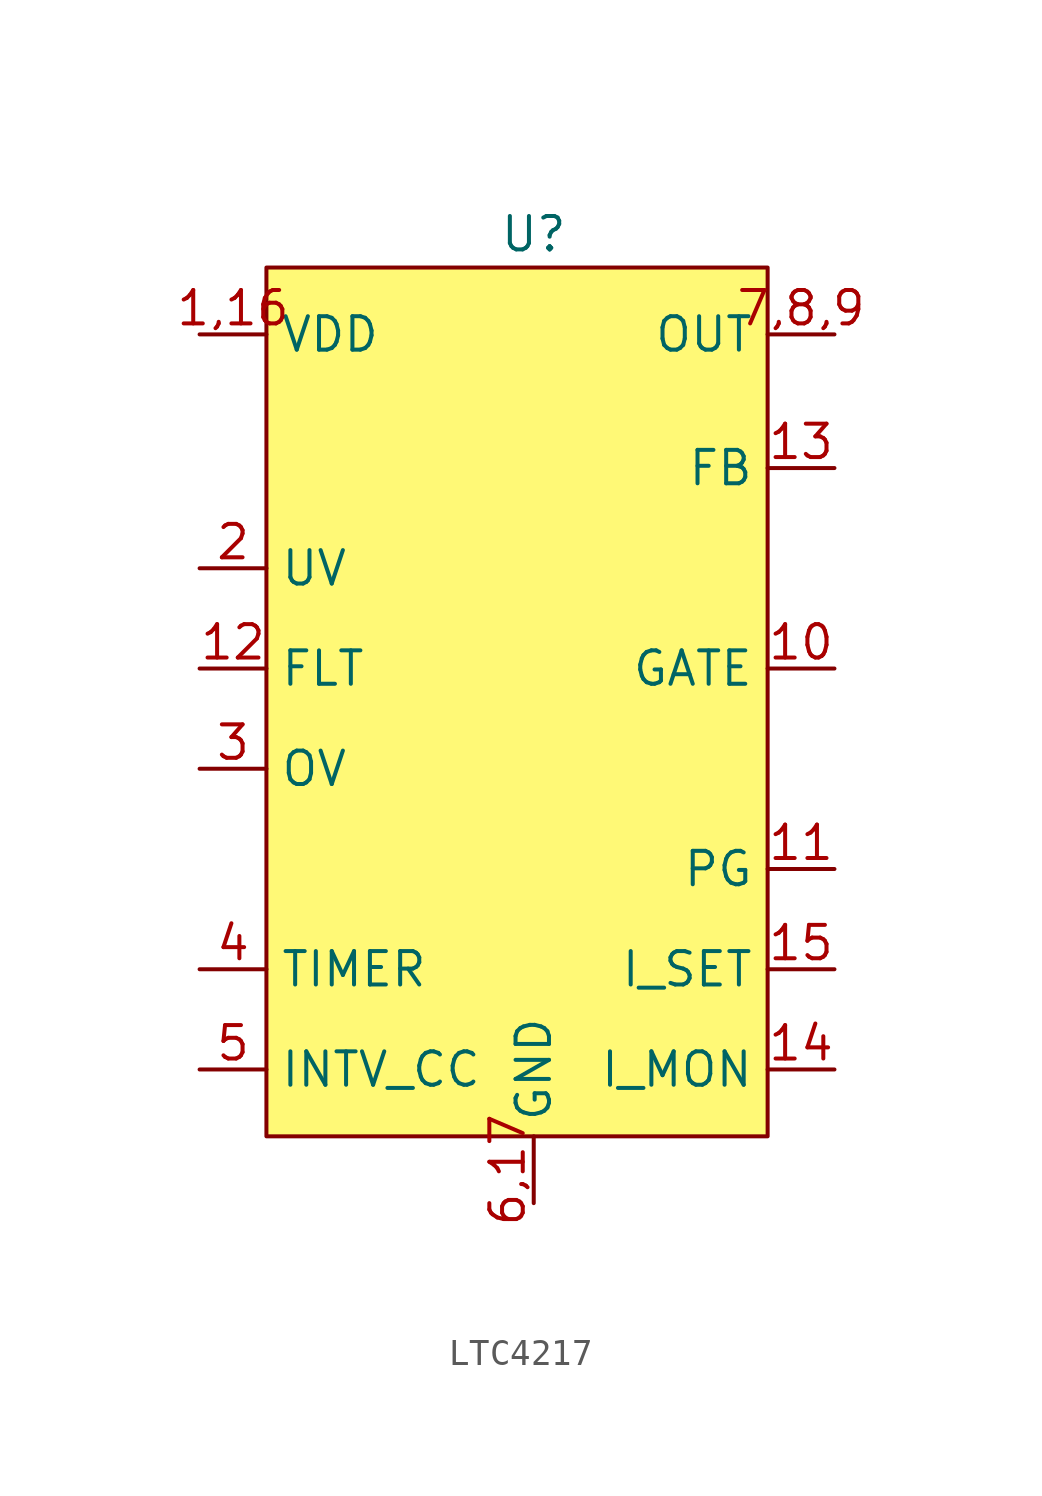
<source format=kicad_sym>
(kicad_symbol_lib
  (version 20241209)
  (generator "kicad_symbol_editor")
  (generator_version "9.0")
  (symbol "LTC4217"
    (property "Reference" "U"
      (at 0 0 0)
      (effects (font (size 1.27 1.27))))
    (property "Value" ""
      (at 0 0 0)
      (effects (font (size 1.27 1.27))))
    (symbol "LTC4217_1_1"
      (rectangle (start -10.16 -1.27) (end 8.89 -34.29) (stroke (width 0) (type solid)) (fill (type color) (color 255 249 118 1)))
      (pin power_in line (at -12.7 -3.81 0) (length 2.54) (name "VDD" (effects (font (size 1.27 1.27)))) (number "1,16" (effects (font (size 1.27 1.27)))))
      (pin input line (at -12.7 -12.7 0) (length 2.54) (name "UV" (effects (font (size 1.27 1.27)))) (number "2" (effects (font (size 1.27 1.27)))))
      (pin output line (at -12.7 -16.51 0) (length 2.54) (name "FLT" (effects (font (size 1.27 1.27)))) (number "12" (effects (font (size 1.27 1.27)))))
      (pin input line (at -12.7 -20.32 0) (length 2.54) (name "OV" (effects (font (size 1.27 1.27)))) (number "3" (effects (font (size 1.27 1.27)))))
      (pin passive line (at -12.7 -27.94 0) (length 2.54) (name "TIMER" (effects (font (size 1.27 1.27)))) (number "4" (effects (font (size 1.27 1.27)))))
      (pin output line (at -12.7 -31.75 0) (length 2.54) (name "INTV_CC" (effects (font (size 1.27 1.27)))) (number "5" (effects (font (size 1.27 1.27)))))
      (pin power_in line (at 0 -36.83 90) (length 2.54) (name "GND" (effects (font (size 1.27 1.27)))) (number "6,17" (effects (font (size 1.27 1.27)))))
      (pin power_out line (at 11.43 -3.81 180) (length 2.54) (name "OUT" (effects (font (size 1.27 1.27)))) (number "7,8,9" (effects (font (size 1.27 1.27)))))
      (pin input line (at 11.43 -8.89 180) (length 2.54) (name "FB" (effects (font (size 1.27 1.27)))) (number "13" (effects (font (size 1.27 1.27)))))
      (pin output line (at 11.43 -16.51 180) (length 2.54) (name "GATE" (effects (font (size 1.27 1.27)))) (number "10" (effects (font (size 1.27 1.27)))))
      (pin output line (at 11.43 -24.13 180) (length 2.54) (name "PG" (effects (font (size 1.27 1.27)))) (number "11" (effects (font (size 1.27 1.27)))))
      (pin passive line (at 11.43 -27.94 180) (length 2.54) (name "I_SET" (effects (font (size 1.27 1.27)))) (number "15" (effects (font (size 1.27 1.27)))))
      (pin output line (at 11.43 -31.75 180) (length 2.54) (name "I_MON" (effects (font (size 1.27 1.27)))) (number "14" (effects (font (size 1.27 1.27))))))))
</source>
